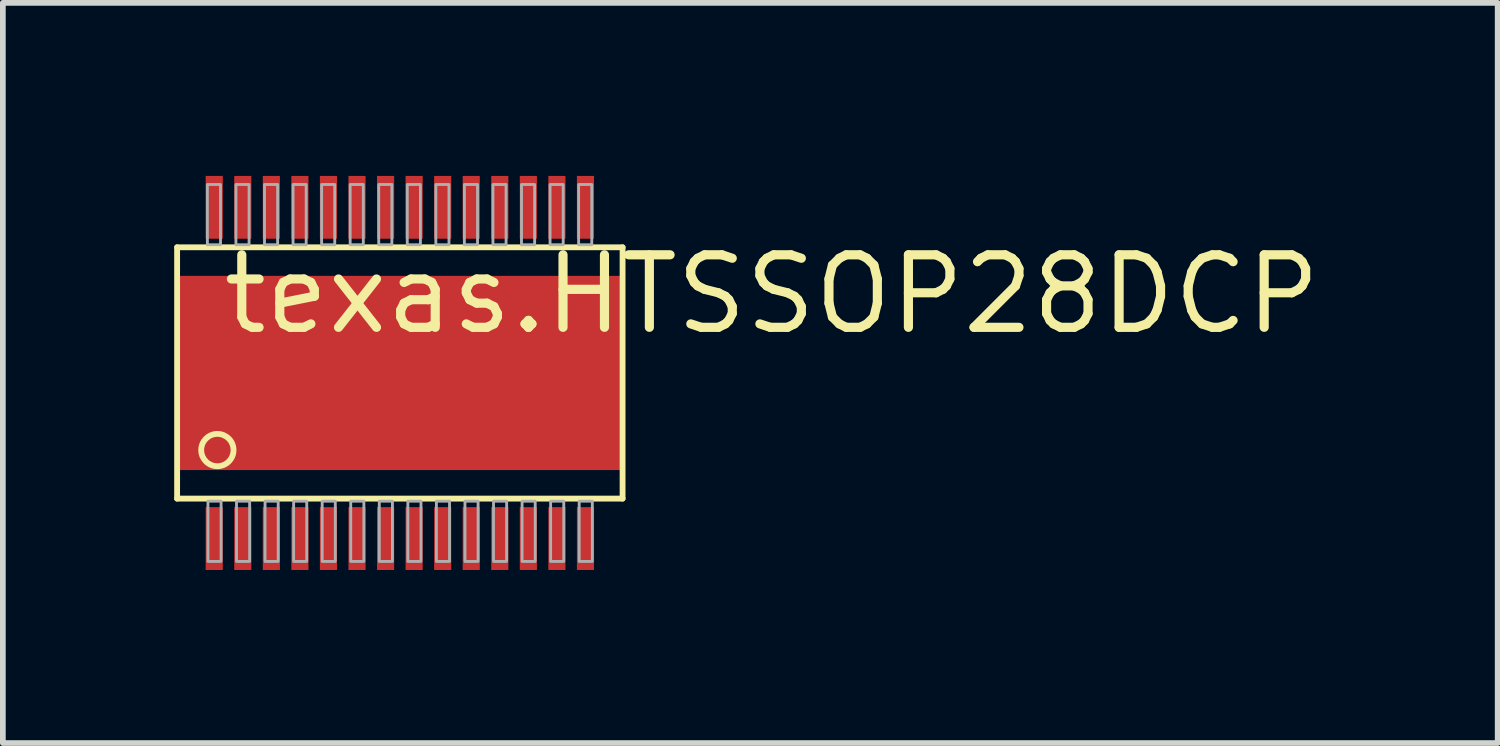
<source format=kicad_pcb>
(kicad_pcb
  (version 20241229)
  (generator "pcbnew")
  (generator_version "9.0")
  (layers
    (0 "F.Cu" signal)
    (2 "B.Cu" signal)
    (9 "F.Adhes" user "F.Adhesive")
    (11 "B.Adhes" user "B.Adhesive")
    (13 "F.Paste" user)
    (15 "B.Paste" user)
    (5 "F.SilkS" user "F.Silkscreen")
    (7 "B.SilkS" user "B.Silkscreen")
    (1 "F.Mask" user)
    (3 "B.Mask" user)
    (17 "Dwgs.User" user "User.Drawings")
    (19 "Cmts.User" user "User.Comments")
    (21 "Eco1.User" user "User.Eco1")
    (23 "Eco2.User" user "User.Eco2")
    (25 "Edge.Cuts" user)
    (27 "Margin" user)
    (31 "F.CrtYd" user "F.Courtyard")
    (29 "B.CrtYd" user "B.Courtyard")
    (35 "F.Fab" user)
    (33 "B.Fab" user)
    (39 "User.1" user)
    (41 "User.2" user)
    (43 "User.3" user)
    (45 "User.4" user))
  (footprint "texas.HTSSOP28DCP"
    (layer "F.Cu")
    (at 3.951 3.48)
    (property "Reference" "texas.HTSSOP28DCP" (at -3.175 -0.635 0) (layer "F.SilkS") (effects (font (size 1.27 1.27) (thickness 0.16)) (justify left bottom)))
    (attr smd)
    (fp_rect (start -3.895 1.7) (end 3.895 -1.7) (stroke (width 0.05) (type default)) (fill yes) (layer "F.Mask"))
    (fp_rect (start -3.405 -2.345) (end -3.095 -3.455) (stroke (width 0.05) (type default)) (fill yes) (layer "F.Mask"))
    (fp_rect (start -3.405 3.455) (end -3.095 2.345) (stroke (width 0.05) (type default)) (fill yes) (layer "F.Mask"))
    (fp_rect (start -2.905 -2.345) (end -2.595 -3.455) (stroke (width 0.05) (type default)) (fill yes) (layer "F.Mask"))
    (fp_rect (start -2.905 3.455) (end -2.595 2.345) (stroke (width 0.05) (type default)) (fill yes) (layer "F.Mask"))
    (fp_rect (start -2.405 -2.345) (end -2.095 -3.455) (stroke (width 0.05) (type default)) (fill yes) (layer "F.Mask"))
    (fp_rect (start -2.405 3.455) (end -2.095 2.345) (stroke (width 0.05) (type default)) (fill yes) (layer "F.Mask"))
    (fp_rect (start -1.905 -2.345) (end -1.595 -3.455) (stroke (width 0.05) (type default)) (fill yes) (layer "F.Mask"))
    (fp_rect (start -1.905 3.455) (end -1.595 2.345) (stroke (width 0.05) (type default)) (fill yes) (layer "F.Mask"))
    (fp_rect (start -1.405 -2.345) (end -1.095 -3.455) (stroke (width 0.05) (type default)) (fill yes) (layer "F.Mask"))
    (fp_rect (start -1.405 3.455) (end -1.095 2.345) (stroke (width 0.05) (type default)) (fill yes) (layer "F.Mask"))
    (fp_rect (start -0.905 -2.345) (end -0.595 -3.455) (stroke (width 0.05) (type default)) (fill yes) (layer "F.Mask"))
    (fp_rect (start -0.905 3.455) (end -0.595 2.345) (stroke (width 0.05) (type default)) (fill yes) (layer "F.Mask"))
    (fp_rect (start -0.405 -2.345) (end -0.095 -3.455) (stroke (width 0.05) (type default)) (fill yes) (layer "F.Mask"))
    (fp_rect (start -0.405 3.455) (end -0.095 2.345) (stroke (width 0.05) (type default)) (fill yes) (layer "F.Mask"))
    (fp_rect (start 0.095 -2.345) (end 0.405 -3.455) (stroke (width 0.05) (type default)) (fill yes) (layer "F.Mask"))
    (fp_rect (start 0.095 3.455) (end 0.405 2.345) (stroke (width 0.05) (type default)) (fill yes) (layer "F.Mask"))
    (fp_rect (start 0.595 -2.345) (end 0.905 -3.455) (stroke (width 0.05) (type default)) (fill yes) (layer "F.Mask"))
    (fp_rect (start 0.595 3.455) (end 0.905 2.345) (stroke (width 0.05) (type default)) (fill yes) (layer "F.Mask"))
    (fp_rect (start 1.095 -2.345) (end 1.405 -3.455) (stroke (width 0.05) (type default)) (fill yes) (layer "F.Mask"))
    (fp_rect (start 1.095 3.455) (end 1.405 2.345) (stroke (width 0.05) (type default)) (fill yes) (layer "F.Mask"))
    (fp_rect (start 1.595 -2.345) (end 1.905 -3.455) (stroke (width 0.05) (type default)) (fill yes) (layer "F.Mask"))
    (fp_rect (start 1.595 3.455) (end 1.905 2.345) (stroke (width 0.05) (type default)) (fill yes) (layer "F.Mask"))
    (fp_rect (start 2.095 -2.345) (end 2.405 -3.455) (stroke (width 0.05) (type default)) (fill yes) (layer "F.Mask"))
    (fp_rect (start 2.095 3.455) (end 2.405 2.345) (stroke (width 0.05) (type default)) (fill yes) (layer "F.Mask"))
    (fp_rect (start 2.595 -2.345) (end 2.905 -3.455) (stroke (width 0.05) (type default)) (fill yes) (layer "F.Mask"))
    (fp_rect (start 2.595 3.455) (end 2.905 2.345) (stroke (width 0.05) (type default)) (fill yes) (layer "F.Mask"))
    (fp_rect (start 3.095 -2.345) (end 3.405 -3.455) (stroke (width 0.05) (type default)) (fill yes) (layer "F.Mask"))
    (fp_rect (start 3.095 3.455) (end 3.405 2.345) (stroke (width 0.05) (type default)) (fill yes) (layer "F.Mask"))
    (fp_line (start -3.9 -2.2) (end 3.9 -2.2) (stroke (width 0.102) (type default)) (layer "F.SilkS"))
    (fp_line (start -3.9 2.2) (end -3.9 -2.2) (stroke (width 0.102) (type default)) (layer "F.SilkS"))
    (fp_line (start 3.9 -2.2) (end 3.9 2.2) (stroke (width 0.102) (type default)) (layer "F.SilkS"))
    (fp_line (start 3.9 2.2) (end -3.9 2.2) (stroke (width 0.102) (type default)) (layer "F.SilkS"))
    (fp_circle (center -3.195 1.35) (end -2.912 1.35) (stroke (width 0.102) (type default)) (fill no) (layer "F.SilkS"))
    (fp_rect (start -3.39 -2.365) (end -3.11 -3.435) (stroke (width 0.05) (type default)) (fill yes) (layer "F.Paste"))
    (fp_rect (start -3.39 3.435) (end -3.11 2.365) (stroke (width 0.05) (type default)) (fill yes) (layer "F.Paste"))
    (fp_rect (start -2.89 -2.365) (end -2.61 -3.435) (stroke (width 0.05) (type default)) (fill yes) (layer "F.Paste"))
    (fp_rect (start -2.89 3.435) (end -2.61 2.365) (stroke (width 0.05) (type default)) (fill yes) (layer "F.Paste"))
    (fp_rect (start -2.39 -2.365) (end -2.11 -3.435) (stroke (width 0.05) (type default)) (fill yes) (layer "F.Paste"))
    (fp_rect (start -2.39 3.435) (end -2.11 2.365) (stroke (width 0.05) (type default)) (fill yes) (layer "F.Paste"))
    (fp_rect (start -1.89 -2.365) (end -1.61 -3.435) (stroke (width 0.05) (type default)) (fill yes) (layer "F.Paste"))
    (fp_rect (start -1.89 3.435) (end -1.61 2.365) (stroke (width 0.05) (type default)) (fill yes) (layer "F.Paste"))
    (fp_rect (start -1.39 -2.365) (end -1.11 -3.435) (stroke (width 0.05) (type default)) (fill yes) (layer "F.Paste"))
    (fp_rect (start -1.39 3.435) (end -1.11 2.365) (stroke (width 0.05) (type default)) (fill yes) (layer "F.Paste"))
    (fp_rect (start -0.89 -2.365) (end -0.61 -3.435) (stroke (width 0.05) (type default)) (fill yes) (layer "F.Paste"))
    (fp_rect (start -0.89 3.435) (end -0.61 2.365) (stroke (width 0.05) (type default)) (fill yes) (layer "F.Paste"))
    (fp_rect (start -0.39 -2.365) (end -0.11 -3.435) (stroke (width 0.05) (type default)) (fill yes) (layer "F.Paste"))
    (fp_rect (start -0.39 3.435) (end -0.11 2.365) (stroke (width 0.05) (type default)) (fill yes) (layer "F.Paste"))
    (fp_rect (start 0.11 -2.365) (end 0.39 -3.435) (stroke (width 0.05) (type default)) (fill yes) (layer "F.Paste"))
    (fp_rect (start 0.11 3.435) (end 0.39 2.365) (stroke (width 0.05) (type default)) (fill yes) (layer "F.Paste"))
    (fp_rect (start 0.61 -2.365) (end 0.89 -3.435) (stroke (width 0.05) (type default)) (fill yes) (layer "F.Paste"))
    (fp_rect (start 0.61 3.435) (end 0.89 2.365) (stroke (width 0.05) (type default)) (fill yes) (layer "F.Paste"))
    (fp_rect (start 1.11 -2.365) (end 1.39 -3.435) (stroke (width 0.05) (type default)) (fill yes) (layer "F.Paste"))
    (fp_rect (start 1.11 3.435) (end 1.39 2.365) (stroke (width 0.05) (type default)) (fill yes) (layer "F.Paste"))
    (fp_rect (start 1.61 -2.365) (end 1.89 -3.435) (stroke (width 0.05) (type default)) (fill yes) (layer "F.Paste"))
    (fp_rect (start 1.61 3.435) (end 1.89 2.365) (stroke (width 0.05) (type default)) (fill yes) (layer "F.Paste"))
    (fp_rect (start 2.11 -2.365) (end 2.39 -3.435) (stroke (width 0.05) (type default)) (fill yes) (layer "F.Paste"))
    (fp_rect (start 2.11 3.435) (end 2.39 2.365) (stroke (width 0.05) (type default)) (fill yes) (layer "F.Paste"))
    (fp_rect (start 2.61 -2.365) (end 2.89 -3.435) (stroke (width 0.05) (type default)) (fill yes) (layer "F.Paste"))
    (fp_rect (start 2.61 3.435) (end 2.89 2.365) (stroke (width 0.05) (type default)) (fill yes) (layer "F.Paste"))
    (fp_rect (start 3.11 -2.365) (end 3.39 -3.435) (stroke (width 0.05) (type default)) (fill yes) (layer "F.Paste"))
    (fp_rect (start 3.11 3.435) (end 3.39 2.365) (stroke (width 0.05) (type default)) (fill yes) (layer "F.Paste"))
    (fp_rect (start -3.37 -2.245) (end -3.14 -3.3) (stroke (width 0.05) (type default)) (fill no) (layer "F.Fab"))
    (fp_rect (start -3.36 3.3) (end -3.13 2.245) (stroke (width 0.05) (type default)) (fill no) (layer "F.Fab"))
    (fp_rect (start -2.87 -2.245) (end -2.64 -3.3) (stroke (width 0.05) (type default)) (fill no) (layer "F.Fab"))
    (fp_rect (start -2.86 3.3) (end -2.63 2.245) (stroke (width 0.05) (type default)) (fill no) (layer "F.Fab"))
    (fp_rect (start -2.37 -2.245) (end -2.14 -3.3) (stroke (width 0.05) (type default)) (fill no) (layer "F.Fab"))
    (fp_rect (start -2.36 3.3) (end -2.13 2.245) (stroke (width 0.05) (type default)) (fill no) (layer "F.Fab"))
    (fp_rect (start -1.87 -2.245) (end -1.64 -3.3) (stroke (width 0.05) (type default)) (fill no) (layer "F.Fab"))
    (fp_rect (start -1.86 3.3) (end -1.63 2.245) (stroke (width 0.05) (type default)) (fill no) (layer "F.Fab"))
    (fp_rect (start -1.37 -2.245) (end -1.14 -3.3) (stroke (width 0.05) (type default)) (fill no) (layer "F.Fab"))
    (fp_rect (start -1.36 3.3) (end -1.13 2.245) (stroke (width 0.05) (type default)) (fill no) (layer "F.Fab"))
    (fp_rect (start -0.87 -2.245) (end -0.64 -3.3) (stroke (width 0.05) (type default)) (fill no) (layer "F.Fab"))
    (fp_rect (start -0.86 3.3) (end -0.63 2.245) (stroke (width 0.05) (type default)) (fill no) (layer "F.Fab"))
    (fp_rect (start -0.37 -2.245) (end -0.14 -3.3) (stroke (width 0.05) (type default)) (fill no) (layer "F.Fab"))
    (fp_rect (start -0.36 3.3) (end -0.13 2.245) (stroke (width 0.05) (type default)) (fill no) (layer "F.Fab"))
    (fp_rect (start 0.13 -2.245) (end 0.36 -3.3) (stroke (width 0.05) (type default)) (fill no) (layer "F.Fab"))
    (fp_rect (start 0.14 3.3) (end 0.37 2.245) (stroke (width 0.05) (type default)) (fill no) (layer "F.Fab"))
    (fp_rect (start 0.63 -2.245) (end 0.86 -3.3) (stroke (width 0.05) (type default)) (fill no) (layer "F.Fab"))
    (fp_rect (start 0.64 3.3) (end 0.87 2.245) (stroke (width 0.05) (type default)) (fill no) (layer "F.Fab"))
    (fp_rect (start 1.13 -2.245) (end 1.36 -3.3) (stroke (width 0.05) (type default)) (fill no) (layer "F.Fab"))
    (fp_rect (start 1.14 3.3) (end 1.37 2.245) (stroke (width 0.05) (type default)) (fill no) (layer "F.Fab"))
    (fp_rect (start 1.63 -2.245) (end 1.86 -3.3) (stroke (width 0.05) (type default)) (fill no) (layer "F.Fab"))
    (fp_rect (start 1.64 3.3) (end 1.87 2.245) (stroke (width 0.05) (type default)) (fill no) (layer "F.Fab"))
    (fp_rect (start 2.13 -2.245) (end 2.36 -3.3) (stroke (width 0.05) (type default)) (fill no) (layer "F.Fab"))
    (fp_rect (start 2.14 3.3) (end 2.37 2.245) (stroke (width 0.05) (type default)) (fill no) (layer "F.Fab"))
    (fp_rect (start 2.63 -2.245) (end 2.86 -3.3) (stroke (width 0.05) (type default)) (fill no) (layer "F.Fab"))
    (fp_rect (start 2.64 3.3) (end 2.87 2.245) (stroke (width 0.05) (type default)) (fill no) (layer "F.Fab"))
    (fp_rect (start 3.13 -2.245) (end 3.36 -3.3) (stroke (width 0.05) (type default)) (fill no) (layer "F.Fab"))
    (fp_rect (start 3.14 3.3) (end 3.37 2.245) (stroke (width 0.05) (type default)) (fill no) (layer "F.Fab"))
    (pad "1" smd roundrect (at -3.25 2.9) (size 0.3 1.1) (layers "F.Cu" "F.Mask" "F.Paste") (roundrect_rratio 0.01))
    (pad "2" smd roundrect (at -2.75 2.9) (size 0.3 1.1) (layers "F.Cu" "F.Mask" "F.Paste") (roundrect_rratio 0.01))
    (pad "3" smd roundrect (at -2.25 2.9) (size 0.3 1.1) (layers "F.Cu" "F.Mask" "F.Paste") (roundrect_rratio 0.01))
    (pad "4" smd roundrect (at -1.75 2.9) (size 0.3 1.1) (layers "F.Cu" "F.Mask" "F.Paste") (roundrect_rratio 0.01))
    (pad "5" smd roundrect (at -1.25 2.9) (size 0.3 1.1) (layers "F.Cu" "F.Mask" "F.Paste") (roundrect_rratio 0.01))
    (pad "6" smd roundrect (at -0.75 2.9) (size 0.3 1.1) (layers "F.Cu" "F.Mask" "F.Paste") (roundrect_rratio 0.01))
    (pad "7" smd roundrect (at -0.25 2.9) (size 0.3 1.1) (layers "F.Cu" "F.Mask" "F.Paste") (roundrect_rratio 0.01))
    (pad "8" smd roundrect (at 0.25 2.9) (size 0.3 1.1) (layers "F.Cu" "F.Mask" "F.Paste") (roundrect_rratio 0.01))
    (pad "9" smd roundrect (at 0.75 2.9) (size 0.3 1.1) (layers "F.Cu" "F.Mask" "F.Paste") (roundrect_rratio 0.01))
    (pad "10" smd roundrect (at 1.25 2.9) (size 0.3 1.1) (layers "F.Cu" "F.Mask" "F.Paste") (roundrect_rratio 0.01))
    (pad "11" smd roundrect (at 1.75 2.9) (size 0.3 1.1) (layers "F.Cu" "F.Mask" "F.Paste") (roundrect_rratio 0.01))
    (pad "12" smd roundrect (at 2.25 2.9) (size 0.3 1.1) (layers "F.Cu" "F.Mask" "F.Paste") (roundrect_rratio 0.01))
    (pad "13" smd roundrect (at 2.75 2.9) (size 0.3 1.1) (layers "F.Cu" "F.Mask" "F.Paste") (roundrect_rratio 0.01))
    (pad "14" smd roundrect (at 3.25 2.9) (size 0.3 1.1) (layers "F.Cu" "F.Mask" "F.Paste") (roundrect_rratio 0.01))
    (pad "15" smd roundrect (at 3.25 -2.9 180) (size 0.3 1.1) (layers "F.Cu" "F.Mask" "F.Paste") (roundrect_rratio 0.01))
    (pad "16" smd roundrect (at 2.75 -2.9 180) (size 0.3 1.1) (layers "F.Cu" "F.Mask" "F.Paste") (roundrect_rratio 0.01))
    (pad "17" smd roundrect (at 2.25 -2.9 180) (size 0.3 1.1) (layers "F.Cu" "F.Mask" "F.Paste") (roundrect_rratio 0.01))
    (pad "18" smd roundrect (at 1.75 -2.9 180) (size 0.3 1.1) (layers "F.Cu" "F.Mask" "F.Paste") (roundrect_rratio 0.01))
    (pad "19" smd roundrect (at 1.25 -2.9 180) (size 0.3 1.1) (layers "F.Cu" "F.Mask" "F.Paste") (roundrect_rratio 0.01))
    (pad "20" smd roundrect (at 0.75 -2.9 180) (size 0.3 1.1) (layers "F.Cu" "F.Mask" "F.Paste") (roundrect_rratio 0.01))
    (pad "21" smd roundrect (at 0.25 -2.9 180) (size 0.3 1.1) (layers "F.Cu" "F.Mask" "F.Paste") (roundrect_rratio 0.01))
    (pad "22" smd roundrect (at -0.25 -2.9 180) (size 0.3 1.1) (layers "F.Cu" "F.Mask" "F.Paste") (roundrect_rratio 0.01))
    (pad "23" smd roundrect (at -0.75 -2.9 180) (size 0.3 1.1) (layers "F.Cu" "F.Mask" "F.Paste") (roundrect_rratio 0.01))
    (pad "24" smd roundrect (at -1.25 -2.9 180) (size 0.3 1.1) (layers "F.Cu" "F.Mask" "F.Paste") (roundrect_rratio 0.01))
    (pad "25" smd roundrect (at -1.75 -2.9 180) (size 0.3 1.1) (layers "F.Cu" "F.Mask" "F.Paste") (roundrect_rratio 0.01))
    (pad "26" smd roundrect (at -2.25 -2.9 180) (size 0.3 1.1) (layers "F.Cu" "F.Mask" "F.Paste") (roundrect_rratio 0.01))
    (pad "27" smd roundrect (at -2.75 -2.9 180) (size 0.3 1.1) (layers "F.Cu" "F.Mask" "F.Paste") (roundrect_rratio 0.01))
    (pad "28" smd roundrect (at -3.25 -2.9 180) (size 0.3 1.1) (layers "F.Cu" "F.Mask" "F.Paste") (roundrect_rratio 0.01))
    (pad "EXP" smd roundrect (at 0 0) (size 7.8 3.4) (layers "F.Cu" "F.Mask" "F.Paste") (roundrect_rratio 0.01)))
  (gr_rect
    (start -3 -3)
    (end 23.173 9.96)
    (stroke (width 0.1) (type default))
    (fill no)
    (layer "Edge.Cuts")))
</source>
